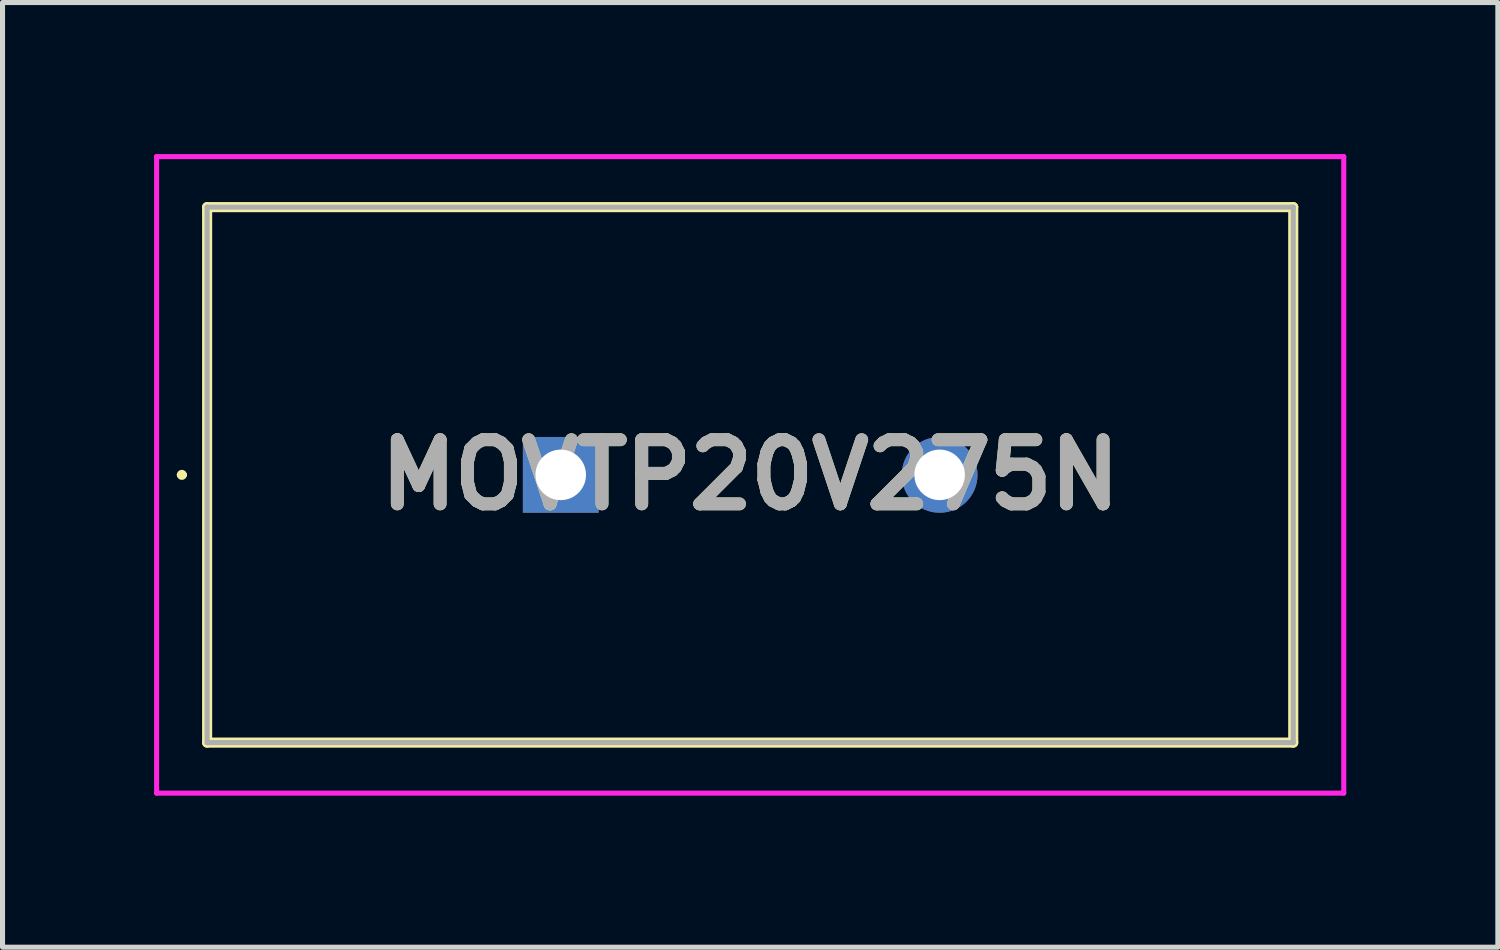
<source format=kicad_pcb>
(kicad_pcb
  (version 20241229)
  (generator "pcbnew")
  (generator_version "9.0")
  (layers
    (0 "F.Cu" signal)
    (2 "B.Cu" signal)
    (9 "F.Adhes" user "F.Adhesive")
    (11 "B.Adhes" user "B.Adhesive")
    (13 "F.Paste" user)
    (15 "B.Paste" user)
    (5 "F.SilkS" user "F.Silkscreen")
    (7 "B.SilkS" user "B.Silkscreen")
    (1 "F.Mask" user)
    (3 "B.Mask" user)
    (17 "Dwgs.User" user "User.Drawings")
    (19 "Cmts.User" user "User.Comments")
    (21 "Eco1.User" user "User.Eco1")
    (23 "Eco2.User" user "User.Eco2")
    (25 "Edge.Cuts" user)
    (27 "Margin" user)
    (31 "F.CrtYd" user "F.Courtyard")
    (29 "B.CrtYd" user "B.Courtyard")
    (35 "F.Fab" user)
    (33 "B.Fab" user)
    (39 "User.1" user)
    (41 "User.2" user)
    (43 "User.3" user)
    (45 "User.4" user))
  (footprint "MOVTP20V275N"
    (layer "F.Cu")
    (at 8.05 6.35)
    (property "Reference" "MOVTP20V275N" (at 3.75 0 0) (layer "F.SilkS") (effects (font (size 1.27 1.27) (thickness 0.254))))
    (attr through_hole)
    (fp_line (start -7.55 0) (end -7.55 0) (stroke (width 0.1) (type solid)) (layer "F.SilkS"))
    (fp_line (start -7.45 0) (end -7.45 0) (stroke (width 0.1) (type solid)) (layer "F.SilkS"))
    (fp_line (start -7 -5.3) (end 14.5 -5.3) (stroke (width 0.2) (type solid)) (layer "F.SilkS"))
    (fp_line (start -7 5.3) (end -7 -5.3) (stroke (width 0.2) (type solid)) (layer "F.SilkS"))
    (fp_line (start 14.5 -5.3) (end 14.5 5.3) (stroke (width 0.2) (type solid)) (layer "F.SilkS"))
    (fp_line (start 14.5 5.3) (end -7 5.3) (stroke (width 0.2) (type solid)) (layer "F.SilkS"))
    (fp_arc (start -7.55 0) (mid -7.5 -0.05) (end -7.45 0) (stroke (width 0.1) (type solid)) (layer "F.SilkS"))
    (fp_arc (start -7.45 0) (mid -7.5 0.05) (end -7.55 0) (stroke (width 0.1) (type solid)) (layer "F.SilkS"))
    (fp_line (start -8 -6.3) (end 15.5 -6.3) (stroke (width 0.1) (type solid)) (layer "F.CrtYd"))
    (fp_line (start -8 6.3) (end -8 -6.3) (stroke (width 0.1) (type solid)) (layer "F.CrtYd"))
    (fp_line (start 15.5 -6.3) (end 15.5 6.3) (stroke (width 0.1) (type solid)) (layer "F.CrtYd"))
    (fp_line (start 15.5 6.3) (end -8 6.3) (stroke (width 0.1) (type solid)) (layer "F.CrtYd"))
    (fp_line (start -7 -5.3) (end 14.5 -5.3) (stroke (width 0.1) (type solid)) (layer "F.Fab"))
    (fp_line (start -7 5.3) (end -7 -5.3) (stroke (width 0.1) (type solid)) (layer "F.Fab"))
    (fp_line (start 14.5 -5.3) (end 14.5 5.3) (stroke (width 0.1) (type solid)) (layer "F.Fab"))
    (fp_line (start 14.5 5.3) (end -7 5.3) (stroke (width 0.1) (type solid)) (layer "F.Fab"))
    (fp_text user "${REFERENCE}" (at 3.75 0 0) (layer "F.Fab") (effects (font (size 1.27 1.27) (thickness 0.254))))
    (pad "1" thru_hole rect (at 0 0) (size 1.5 1.5) (drill 1) (layers "*.Cu" "*.Mask"))
    (pad "2" thru_hole circle (at 7.5 0) (size 1.5 1.5) (drill 1) (layers "*.Cu" "*.Mask")))
  (gr_rect
    (start -3 -3)
    (end 26.6 15.7)
    (stroke (width 0.1) (type default))
    (fill no)
    (layer "Edge.Cuts")))
</source>
